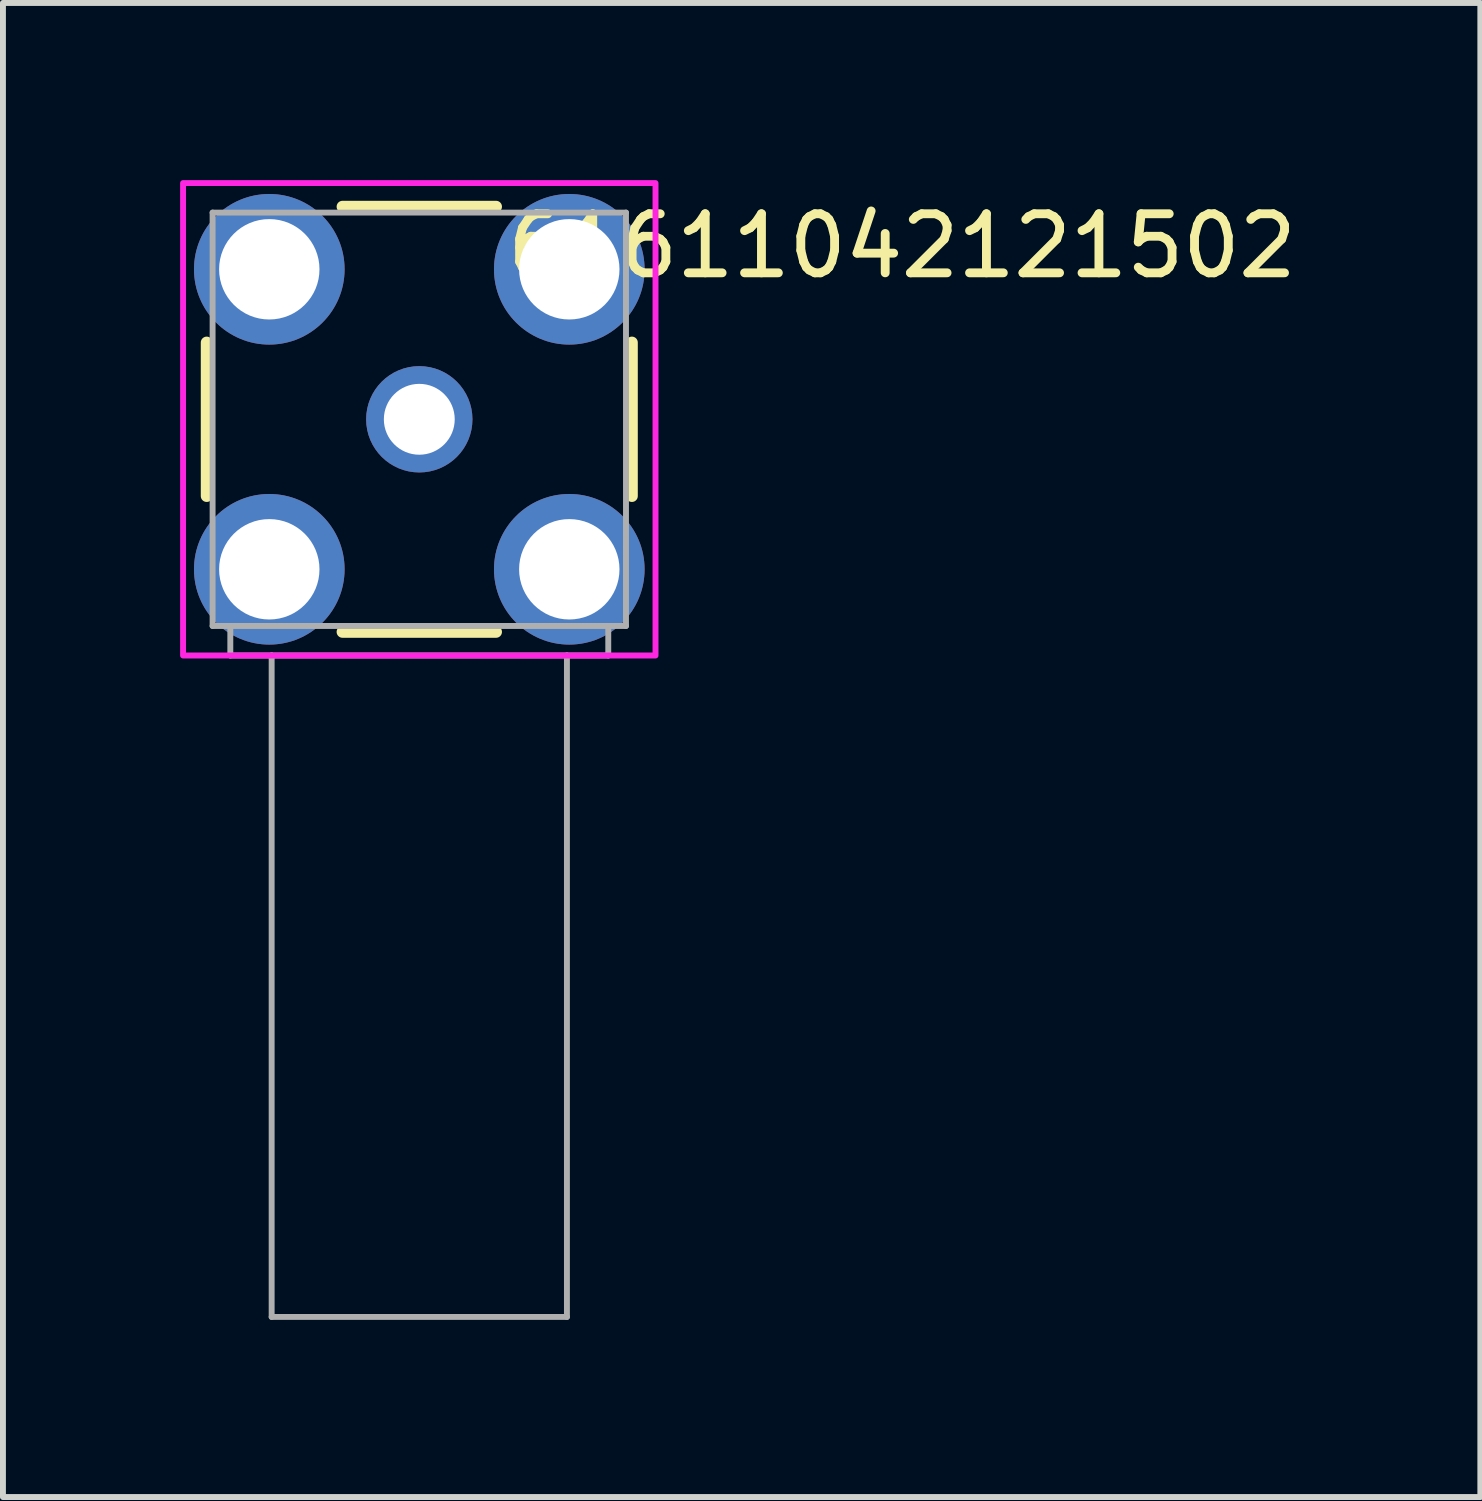
<source format=kicad_pcb>
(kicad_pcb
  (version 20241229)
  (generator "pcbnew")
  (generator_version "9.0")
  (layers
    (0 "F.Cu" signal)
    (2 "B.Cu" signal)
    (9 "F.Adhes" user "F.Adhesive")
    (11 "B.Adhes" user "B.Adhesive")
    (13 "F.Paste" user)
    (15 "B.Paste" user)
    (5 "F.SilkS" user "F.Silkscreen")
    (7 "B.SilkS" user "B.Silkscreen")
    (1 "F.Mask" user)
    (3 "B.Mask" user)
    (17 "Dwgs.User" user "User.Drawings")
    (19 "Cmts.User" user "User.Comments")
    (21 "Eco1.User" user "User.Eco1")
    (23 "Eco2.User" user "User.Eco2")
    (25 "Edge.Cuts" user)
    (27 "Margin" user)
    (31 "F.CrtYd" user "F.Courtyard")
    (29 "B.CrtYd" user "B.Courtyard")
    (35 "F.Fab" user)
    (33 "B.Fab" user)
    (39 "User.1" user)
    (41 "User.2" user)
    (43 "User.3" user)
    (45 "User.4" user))
  (footprint "61611042121502"
    (layer "F.Cu")
    (at 4.05 4.05)
    (property "Reference" "61611042121502" (at 8.175 -2.935 0) (layer "F.SilkS") (effects (font (size 1 1) (thickness 0.15))))
    (attr through_hole)
    (fp_line (start -3.6 -1.3) (end -3.6 1.3) (stroke (width 0.2) (type solid)) (layer "F.SilkS"))
    (fp_line (start -1.3 -3.6) (end 1.3 -3.6) (stroke (width 0.2) (type solid)) (layer "F.SilkS"))
    (fp_line (start -1.3 3.6) (end 1.3 3.6) (stroke (width 0.2) (type solid)) (layer "F.SilkS"))
    (fp_line (start 3.6 -1.3) (end 3.6 1.3) (stroke (width 0.2) (type solid)) (layer "F.SilkS"))
    (fp_poly (pts (xy -4 -4) (xy 4 -4) (xy 4 4) (xy -4 4)) (stroke (width 0.1) (type solid)) (fill no) (layer "F.CrtYd"))
    (fp_line (start -3.5 -3.5) (end 3.5 -3.5) (stroke (width 0.1) (type solid)) (layer "F.Fab"))
    (fp_line (start -3.5 3.5) (end -3.5 -3.5) (stroke (width 0.1) (type solid)) (layer "F.Fab"))
    (fp_line (start -3.2 3.5) (end -3.5 3.5) (stroke (width 0.1) (type solid)) (layer "F.Fab"))
    (fp_line (start -3.2 3.5) (end -3.2 4) (stroke (width 0.1) (type solid)) (layer "F.Fab"))
    (fp_line (start -3.2 4) (end -2.5 4) (stroke (width 0.1) (type solid)) (layer "F.Fab"))
    (fp_line (start -2.5 4) (end 2.5 4) (stroke (width 0.1) (type solid)) (layer "F.Fab"))
    (fp_line (start -2.5 15.2) (end -2.5 4) (stroke (width 0.1) (type solid)) (layer "F.Fab"))
    (fp_line (start -2.5 15.2) (end 2.5 15.2) (stroke (width 0.1) (type solid)) (layer "F.Fab"))
    (fp_line (start 2.5 4) (end 3.2 4) (stroke (width 0.1) (type solid)) (layer "F.Fab"))
    (fp_line (start 2.5 15.2) (end 2.5 4) (stroke (width 0.1) (type solid)) (layer "F.Fab"))
    (fp_line (start 3.2 3.5) (end -3.2 3.5) (stroke (width 0.1) (type solid)) (layer "F.Fab"))
    (fp_line (start 3.2 4) (end 3.2 3.5) (stroke (width 0.1) (type solid)) (layer "F.Fab"))
    (fp_line (start 3.5 -3.5) (end 3.5 3.5) (stroke (width 0.1) (type solid)) (layer "F.Fab"))
    (fp_line (start 3.5 3.5) (end 3.2 3.5) (stroke (width 0.1) (type solid)) (layer "F.Fab"))
    (pad "1" thru_hole circle (at 0 0) (size 1.8 1.8) (drill 1.2) (layers "*.Cu" "*.Mask"))
    (pad "2" thru_hole circle (at -2.54 -2.54) (size 2.55 2.55) (drill 1.7) (layers "*.Cu" "*.Mask"))
    (pad "3" thru_hole circle (at 2.54 -2.54) (size 2.55 2.55) (drill 1.7) (layers "*.Cu" "*.Mask"))
    (pad "4" thru_hole circle (at 2.54 2.54) (size 2.55 2.55) (drill 1.7) (layers "*.Cu" "*.Mask"))
    (pad "5" thru_hole circle (at -2.54 2.54) (size 2.55 2.55) (drill 1.7) (layers "*.Cu" "*.Mask")))
  (gr_rect
    (start -3 -3)
    (end 22.017 22.3)
    (stroke (width 0.1) (type default))
    (fill no)
    (layer "Edge.Cuts")))
</source>
